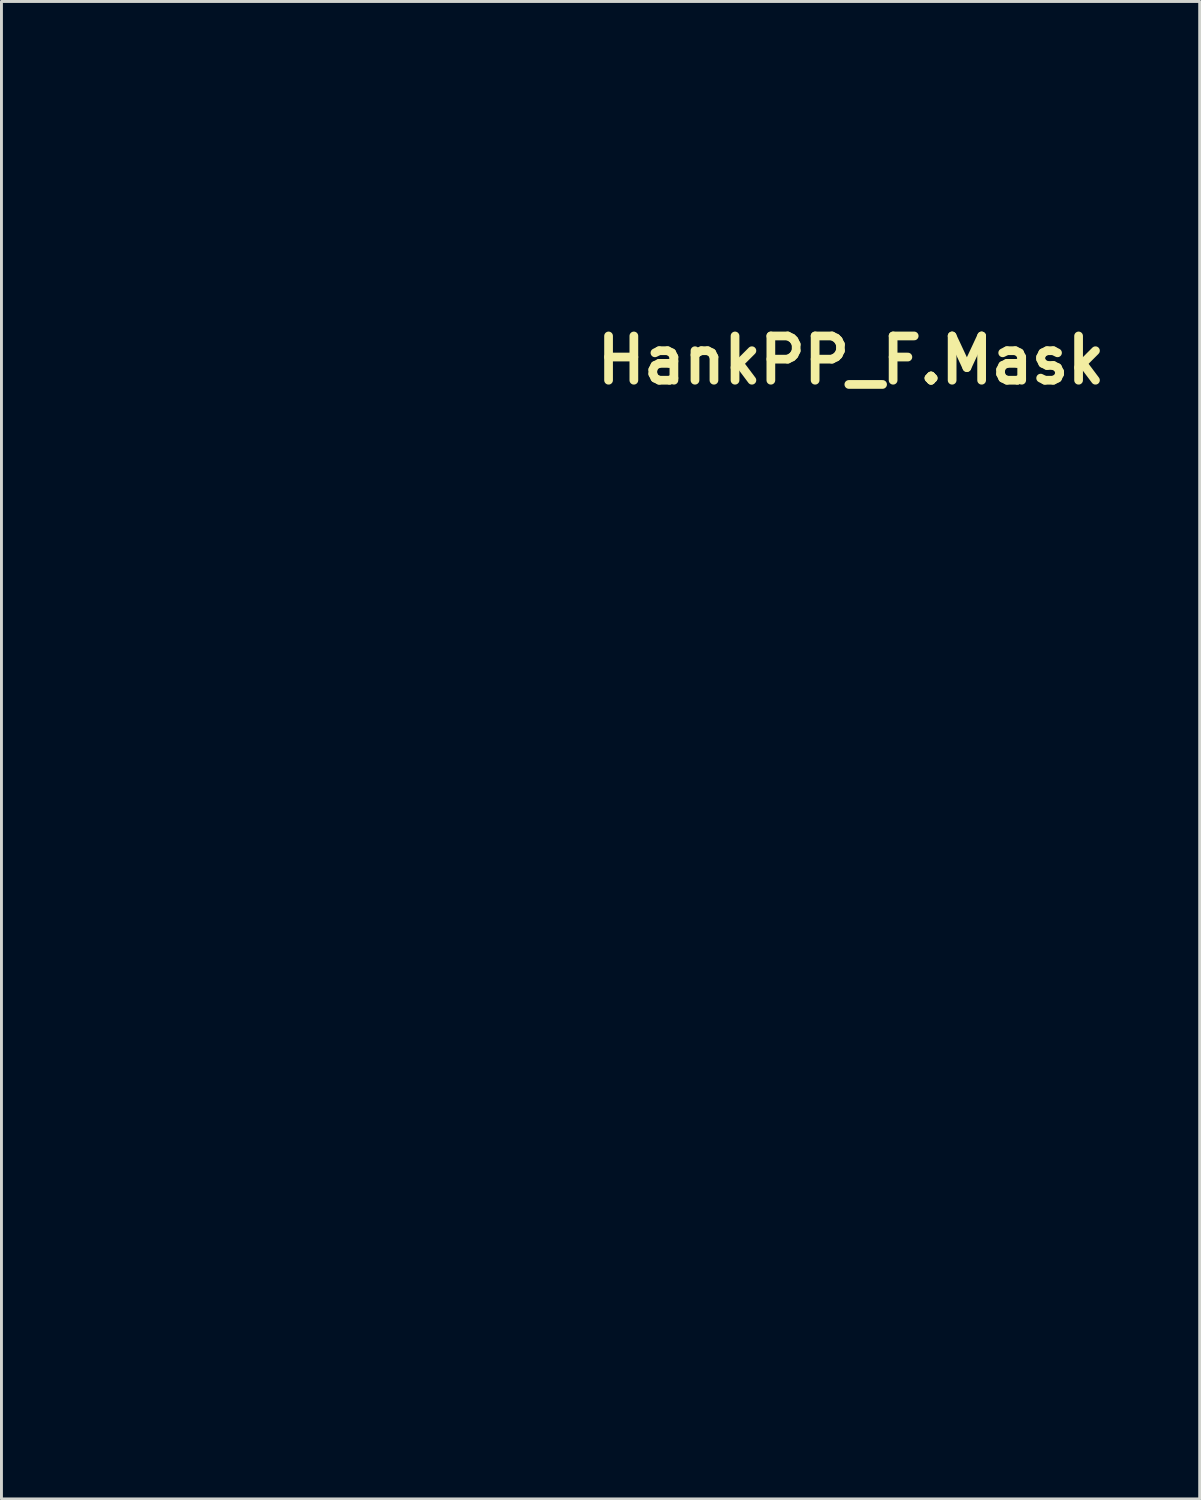
<source format=kicad_pcb>
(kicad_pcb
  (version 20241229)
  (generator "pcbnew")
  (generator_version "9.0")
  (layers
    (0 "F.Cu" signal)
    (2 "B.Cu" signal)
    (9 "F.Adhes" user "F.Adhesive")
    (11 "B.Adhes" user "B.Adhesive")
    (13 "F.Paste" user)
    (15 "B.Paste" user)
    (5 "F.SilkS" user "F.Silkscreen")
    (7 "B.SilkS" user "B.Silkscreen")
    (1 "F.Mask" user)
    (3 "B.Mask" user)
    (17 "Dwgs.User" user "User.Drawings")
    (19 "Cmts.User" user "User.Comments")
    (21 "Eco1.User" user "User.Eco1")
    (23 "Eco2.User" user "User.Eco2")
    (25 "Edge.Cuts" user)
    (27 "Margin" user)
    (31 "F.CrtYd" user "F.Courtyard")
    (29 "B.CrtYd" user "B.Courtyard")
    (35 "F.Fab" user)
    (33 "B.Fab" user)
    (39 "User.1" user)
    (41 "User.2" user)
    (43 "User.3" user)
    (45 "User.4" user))
  (footprint "HankPP_F.Mask"
    (layer "F.Cu")
    (at 14.946 22.814)
    (property "Reference" "HankPP_F.Mask" (at 11.303 -13.462 0) (layer "F.SilkS") (effects (font (size 1.524 1.524) (thickness 0.3))))
    (attr board_only exclude_from_pos_files exclude_from_bom)
    (fp_poly (pts (xy 8.928 -4.277) (xy 9.323 -4.074) (xy 9.64 -3.853) (xy 9.723 -3.738) (xy 9.631 -3.597) (xy 9.31 -3.667) (xy 8.979 -3.814) (xy 8.662 -4.035) (xy 8.513 -4.256) (xy 8.607 -4.365) (xy 8.623 -4.366)) (stroke (width 0) (type solid)) (fill yes) (layer "F.Mask"))
    (fp_poly (pts (xy -3.03 -3.891) (xy -3.093 -3.789) (xy -3.419 -3.611) (xy -3.952 -3.463) (xy -4.085 -3.44) (xy -4.565 -3.39) (xy -4.71 -3.451) (xy -4.646 -3.553) (xy -4.32 -3.731) (xy -3.787 -3.88) (xy -3.654 -3.903) (xy -3.174 -3.952)) (stroke (width 0) (type solid)) (fill yes) (layer "F.Mask"))
    (fp_poly (pts (xy 8.663 6.275) (xy 9.427 6.457) (xy 10.143 6.68) (xy 10.486 6.86) (xy 10.477 6.974) (xy 10.099 7.117) (xy 9.623 7.072) (xy 8.946 6.825) (xy 8.751 6.739) (xy 8.199 6.454) (xy 8.012 6.277) (xy 8.173 6.214)) (stroke (width 0) (type solid)) (fill yes) (layer "F.Mask"))
    (fp_poly (pts (xy 5.193 11.883) (xy 5.529 11.945) (xy 5.488 12.049) (xy 5.11 12.178) (xy 4.549 12.254) (xy 3.76 12.275) (xy 2.906 12.244) (xy 2.153 12.164) (xy 1.885 12.112) (xy 1.754 12.039) (xy 2.004 11.977) (xy 2.64 11.924) (xy 3.423 11.887) (xy 4.488 11.863)) (stroke (width 0) (type solid)) (fill yes) (layer "F.Mask"))
    (fp_poly (pts (xy 8.474 -2.528) (xy 8.358 -2.311) (xy 8.329 -2.276) (xy 8.193 -1.999) (xy 8.377 -1.747) (xy 8.454 -1.687) (xy 8.691 -1.482) (xy 8.602 -1.408) (xy 8.285 -1.395) (xy 7.856 -1.481) (xy 7.739 -1.67) (xy 7.844 -2.217) (xy 8.116 -2.539) (xy 8.281 -2.58)) (stroke (width 0) (type solid)) (fill yes) (layer "F.Mask"))
    (fp_poly (pts (xy -3.033 -2.504) (xy -3.051 -2.303) (xy -3.226 -2.158) (xy -3.538 -1.869) (xy -3.457 -1.59) (xy -3.125 -1.395) (xy -2.837 -1.267) (xy -2.902 -1.217) (xy -3.231 -1.203) (xy -3.706 -1.301) (xy -3.903 -1.505) (xy -3.871 -1.816) (xy -3.655 -2.174) (xy -3.362 -2.455) (xy -3.096 -2.54)) (stroke (width 0) (type solid)) (fill yes) (layer "F.Mask"))
    (fp_poly (pts (xy 2.89 21.116) (xy 3.062 21.19) (xy 3.424 21.401) (xy 3.459 21.602) (xy 3.369 21.734) (xy 3.036 21.933) (xy 2.55 22.025) (xy 2.054 22.012) (xy 1.689 21.892) (xy 1.587 21.729) (xy 1.752 21.484) (xy 1.968 21.431) (xy 2.323 21.32) (xy 2.43 21.186) (xy 2.568 21.043)) (stroke (width 0) (type solid)) (fill yes) (layer "F.Mask"))
    (fp_poly (pts (xy -9.415 13.382) (xy -9.09 13.753) (xy -8.848 14.099) (xy -8.375 14.753) (xy -7.814 15.45) (xy -7.608 15.686) (xy -7.201 16.18) (xy -7.087 16.429) (xy -7.262 16.422) (xy -7.723 16.147) (xy -7.745 16.132) (xy -8.203 15.774) (xy -8.575 15.357) (xy -8.95 14.765) (xy -9.235 14.238) (xy -9.513 13.633) (xy -9.564 13.345)) (stroke (width 0) (type solid)) (fill yes) (layer "F.Mask"))
    (fp_poly (pts (xy 0.147 3.454) (xy 0.096 3.652) (xy -0.154 4.026) (xy -0.273 4.174) (xy -0.607 4.648) (xy -0.787 5.052) (xy -0.797 5.125) (xy -0.905 5.585) (xy -0.992 5.755) (xy -1.126 5.879) (xy -1.182 5.663) (xy -1.188 5.453) (xy -1.095 5.058) (xy -0.858 4.559) (xy -0.544 4.056) (xy -0.221 3.649) (xy 0.043 3.441)) (stroke (width 0) (type solid)) (fill yes) (layer "F.Mask"))
    (fp_poly (pts (xy -12.765 -0.42) (xy -12.615 -0.283) (xy -12.39 0.179) (xy -12.303 0.936) (xy -12.303 0.99) (xy -12.279 1.627) (xy -12.219 2.129) (xy -12.183 2.266) (xy -12.173 2.531) (xy -12.261 2.58) (xy -12.494 2.421) (xy -12.58 2.266) (xy -12.656 1.874) (xy -12.698 1.289) (xy -12.7 1.119) (xy -12.773 0.477) (xy -12.955 -0.065) (xy -13.009 -0.154) (xy -13.168 -0.49) (xy -13.064 -0.586)) (stroke (width 0) (type solid)) (fill yes) (layer "F.Mask"))
    (fp_poly (pts (xy -2.778 6.718) (xy -2.94 7.021) (xy -3.347 7.388) (xy -3.878 7.729) (xy -4.382 7.942) (xy -4.824 8.061) (xy -5.162 8.102) (xy -5.549 8.063) (xy -6.138 7.941) (xy -6.3 7.905) (xy -6.899 7.731) (xy -7.12 7.581) (xy -6.984 7.475) (xy -6.509 7.436) (xy -5.904 7.467) (xy -5.14 7.507) (xy -4.58 7.44) (xy -4.035 7.231) (xy -3.721 7.068) (xy -3.204 6.815) (xy -2.861 6.698)) (stroke (width 0) (type solid)) (fill yes) (layer "F.Mask"))
    (fp_poly (pts (xy 5.532 2.715) (xy 5.934 3.07) (xy 6.422 3.563) (xy 6.954 4.181) (xy 7.239 4.662) (xy 7.339 5.12) (xy 7.342 5.238) (xy 7.29 5.736) (xy 7.163 6.037) (xy 7.144 6.052) (xy 7.001 5.977) (xy 6.945 5.598) (xy 6.809 5.041) (xy 6.444 4.37) (xy 6.3 4.168) (xy 5.758 3.448) (xy 5.421 2.987) (xy 5.253 2.726) (xy 5.218 2.61) (xy 5.28 2.58) (xy 5.306 2.58)) (stroke (width 0) (type solid)) (fill yes) (layer "F.Mask"))
    (fp_poly (pts (xy 2.861 -8.632) (xy 3.87 -8.317) (xy 4.862 -7.933) (xy 4.068 -8.048) (xy 3.057 -8.19) (xy 2.343 -8.271) (xy 1.83 -8.283) (xy 1.421 -8.222) (xy 1.02 -8.081) (xy 0.531 -7.855) (xy 0.466 -7.823) (xy -0.37 -7.424) (xy -0.912 -7.173) (xy -1.221 -7.047) (xy -1.36 -7.018) (xy -1.389 -7.055) (xy -1.235 -7.202) (xy -0.828 -7.499) (xy -0.252 -7.887) (xy -0.168 -7.942) (xy 0.867 -8.491) (xy 1.838 -8.718)) (stroke (width 0) (type solid)) (fill yes) (layer "F.Mask"))
    (fp_poly (pts (xy 2.026 -10.938) (xy 2.621 -10.839) (xy 2.903 -10.742) (xy 3.012 -10.633) (xy 2.831 -10.589) (xy 2.321 -10.605) (xy 1.885 -10.638) (xy 1.111 -10.684) (xy 0.559 -10.646) (xy 0.056 -10.489) (xy -0.568 -10.178) (xy -0.641 -10.139) (xy -1.339 -9.77) (xy -1.752 -9.583) (xy -1.94 -9.559) (xy -1.961 -9.682) (xy -1.936 -9.769) (xy -1.725 -9.99) (xy -1.271 -10.298) (xy -0.883 -10.513) (xy -0.117 -10.837) (xy 0.649 -10.975) (xy 1.31 -10.987)) (stroke (width 0) (type solid)) (fill yes) (layer "F.Mask"))
    (fp_poly (pts (xy 5.884 4.994) (xy 5.853 5.061) (xy 5.635 5.155) (xy 5.215 5.436) (xy 4.841 5.834) (xy 4.326 6.293) (xy 3.654 6.45) (xy 2.783 6.309) (xy 2.084 6.056) (xy 1.43 5.798) (xy 0.906 5.618) (xy 0.645 5.557) (xy 0.414 5.431) (xy 0.397 5.358) (xy 0.56 5.19) (xy 0.982 5.175) (xy 1.559 5.302) (xy 2.183 5.556) (xy 3.107 5.899) (xy 3.869 5.89) (xy 4.492 5.53) (xy 4.564 5.457) (xy 5.08 5.085) (xy 5.541 4.974)) (stroke (width 0) (type solid)) (fill yes) (layer "F.Mask"))
    (fp_poly (pts (xy 7.475 17.727) (xy 7.418 17.906) (xy 7.103 18.18) (xy 6.63 18.479) (xy 6.1 18.731) (xy 6.016 18.763) (xy 5.373 18.901) (xy 4.446 18.987) (xy 3.345 19.02) (xy 2.18 19.001) (xy 1.059 18.93) (xy 0.092 18.808) (xy -0.293 18.73) (xy -0.865 18.568) (xy -1.353 18.39) (xy -1.699 18.228) (xy -1.842 18.115) (xy -1.722 18.083) (xy -1.389 18.139) (xy -0.992 18.201) (xy -0.304 18.283) (xy 0.568 18.373) (xy 1.301 18.441) (xy 2.958 18.524) (xy 4.456 18.476) (xy 5.725 18.303) (xy 6.694 18.011) (xy 6.818 17.953) (xy 7.235 17.772) (xy 7.467 17.723)) (stroke (width 0) (type solid)) (fill yes) (layer "F.Mask"))
    (fp_poly (pts (xy 6.723 10.021) (xy 7.39 10.14) (xy 7.808 10.323) (xy 7.836 10.348) (xy 7.822 10.456) (xy 7.483 10.483) (xy 6.787 10.434) (xy 6.714 10.426) (xy 5.887 10.371) (xy 5.302 10.421) (xy 4.818 10.589) (xy 4.742 10.627) (xy 4.349 10.8) (xy 3.962 10.865) (xy 3.448 10.829) (xy 2.72 10.705) (xy 1.783 10.566) (xy 1.01 10.56) (xy 0.216 10.68) (xy -0.589 10.836) (xy -1.078 10.901) (xy -1.322 10.877) (xy -1.389 10.769) (xy -1.389 10.765) (xy -1.211 10.65) (xy -0.74 10.483) (xy -0.073 10.297) (xy 0.05 10.266) (xy 0.89 10.084) (xy 1.526 10.019) (xy 2.13 10.065) (xy 2.612 10.155) (xy 3.387 10.282) (xy 3.983 10.269) (xy 4.537 10.129) (xy 5.167 10.007) (xy 5.939 9.973)) (stroke (width 0) (type solid)) (fill yes) (layer "F.Mask"))
    (fp_poly (pts (xy -1.587 -3.589) (xy -1.739 -3.339) (xy -1.935 -3.191) (xy -2.161 -3.034) (xy -2.018 -2.986) (xy -1.875 -2.983) (xy -1.334 -2.813) (xy -1.039 -2.344) (xy -0.992 -1.953) (xy -1.174 -1.329) (xy -1.659 -0.792) (xy -2.358 -0.372) (xy -3.182 -0.099) (xy -4.04 -0.004) (xy -4.845 -0.119) (xy -5.449 -0.426) (xy -5.819 -0.796) (xy -5.908 -1.19) (xy -5.869 -1.461) (xy -5.854 -1.497) (xy -5.159 -1.497) (xy -5 -0.978) (xy -4.56 -0.673) (xy -3.902 -0.594) (xy -3.086 -0.749) (xy -2.374 -1.042) (xy -1.702 -1.477) (xy -1.409 -1.903) (xy -1.497 -2.298) (xy -1.97 -2.642) (xy -2.067 -2.685) (xy -2.821 -2.856) (xy -3.603 -2.802) (xy -4.315 -2.562) (xy -4.86 -2.172) (xy -5.141 -1.669) (xy -5.159 -1.497) (xy -5.854 -1.497) (xy -5.53 -2.288) (xy -4.886 -2.87) (xy -3.93 -3.213) (xy -3.501 -3.28) (xy -2.793 -3.383) (xy -2.209 -3.508) (xy -1.935 -3.602) (xy -1.642 -3.678)) (stroke (width 0) (type solid)) (fill yes) (layer "F.Mask"))
    (fp_poly (pts (xy 7.524 -3.655) (xy 7.882 -3.543) (xy 8.48 -3.389) (xy 9.004 -3.269) (xy 9.699 -3.071) (xy 10.274 -2.824) (xy 10.529 -2.649) (xy 10.961 -2.001) (xy 11.033 -1.369) (xy 10.782 -0.818) (xy 10.24 -0.41) (xy 9.444 -0.21) (xy 9.187 -0.199) (xy 8.322 -0.302) (xy 7.631 -0.568) (xy 7.096 -0.993) (xy 6.669 -1.484) (xy 6.515 -1.748) (xy 6.79 -1.748) (xy 7.016 -1.409) (xy 7.098 -1.331) (xy 7.769 -0.903) (xy 8.559 -0.66) (xy 9.339 -0.62) (xy 9.98 -0.8) (xy 10.154 -0.924) (xy 10.488 -1.406) (xy 10.443 -1.879) (xy 10.038 -2.318) (xy 9.293 -2.699) (xy 8.705 -2.884) (xy 8.093 -3.036) (xy 7.732 -3.062) (xy 7.486 -2.94) (xy 7.223 -2.647) (xy 7.203 -2.624) (xy 6.849 -2.115) (xy 6.79 -1.748) (xy 6.515 -1.748) (xy 6.449 -1.86) (xy 6.439 -2.136) (xy 6.652 -2.492) (xy 6.76 -2.64) (xy 7.055 -3.105) (xy 7.205 -3.472) (xy 7.21 -3.518) (xy 7.34 -3.693)) (stroke (width 0) (type solid)) (fill yes) (layer "F.Mask"))
    (fp_poly (pts (xy -2.907 -19.984) (xy -2.901 -19.981) (xy -2.625 -19.865) (xy -2.268 -19.785) (xy -1.77 -19.735) (xy -1.068 -19.713) (xy -0.103 -19.715) (xy 1.188 -19.738) (xy 1.439 -19.744) (xy 2.635 -19.781) (xy 3.711 -19.832) (xy 4.597 -19.893) (xy 5.223 -19.958) (xy 5.518 -20.022) (xy 5.954 -20.114) (xy 6.302 -19.85) (xy 6.536 -19.38) (xy 6.666 -18.785) (xy 6.733 -17.943) (xy 6.732 -16.996) (xy 6.659 -16.091) (xy 6.628 -15.875) (xy 6.513 -15.18) (xy 1.643 -15.18) (xy -0.006 -15.186) (xy -1.296 -15.205) (xy -2.263 -15.237) (xy -2.944 -15.287) (xy -3.378 -15.354) (xy -3.592 -15.436) (xy -3.957 -15.887) (xy -4.249 -16.611) (xy -4.446 -17.485) (xy -4.5 -18.105) (xy -3.966 -18.105) (xy -3.908 -17.136) (xy -3.736 -16.506) (xy -3.455 -16.233) (xy -3.149 -16.286) (xy -2.705 -16.419) (xy -2.174 -16.47) (xy -1.765 -16.493) (xy -1.616 -16.64) (xy -1.648 -17.027) (xy -1.68 -17.198) (xy -1.792 -17.501) (xy 0.249 -17.501) (xy 0.391 -17.38) (xy 0.481 -17.343) (xy 0.864 -17.3) (xy 1.496 -17.332) (xy 2.221 -17.428) (xy 3.158 -17.583) (xy 3.773 -17.652) (xy 4.133 -17.614) (xy 4.307 -17.45) (xy 4.363 -17.141) (xy 4.369 -16.818) (xy 4.414 -16.111) (xy 4.589 -15.705) (xy 4.959 -15.507) (xy 5.36 -15.445) (xy 5.813 -15.455) (xy 6.111 -15.627) (xy 6.276 -16.018) (xy 6.332 -16.685) (xy 6.303 -17.685) (xy 6.301 -17.718) (xy 6.239 -18.468) (xy 6.151 -19.06) (xy 6.055 -19.384) (xy 6.035 -19.408) (xy 5.774 -19.458) (xy 5.205 -19.481) (xy 4.418 -19.476) (xy 3.673 -19.45) (xy 2.707 -19.398) (xy 2.068 -19.339) (xy 1.687 -19.259) (xy 1.495 -19.144) (xy 1.422 -18.981) (xy 1.236 -18.623) (xy 0.859 -18.179) (xy 0.726 -18.053) (xy 0.35 -17.695) (xy 0.249 -17.501) (xy -1.792 -17.501) (xy -1.904 -17.805) (xy -2.264 -18.277) (xy -2.284 -18.293) (xy -2.648 -18.7) (xy -2.814 -19.083) (xy -3.023 -19.531) (xy -3.23 -19.724) (xy -3.568 -19.814) (xy -3.797 -19.577) (xy -3.926 -18.993) (xy -3.966 -18.105) (xy -4.5 -18.105) (xy -4.525 -18.388) (xy -4.463 -19.199) (xy -4.369 -19.538) (xy -4.038 -20.046) (xy -3.557 -20.192)) (stroke (width 0) (type solid)) (fill yes) (layer "F.Mask"))
    (fp_poly (pts (xy 2.315 -22.783) (xy 3.922 -22.695) (xy 5.196 -22.541) (xy 6.169 -22.316) (xy 6.871 -22.012) (xy 7.332 -21.622) (xy 7.584 -21.138) (xy 7.587 -21.13) (xy 7.641 -20.759) (xy 7.694 -20.059) (xy 7.744 -19.099) (xy 7.786 -17.949) (xy 7.816 -16.676) (xy 7.823 -16.292) (xy 7.887 -12.047) (xy 9.694 -11.133) (xy 11.219 -10.289) (xy 12.394 -9.45) (xy 13.263 -8.562) (xy 13.868 -7.567) (xy 14.252 -6.409) (xy 14.457 -5.031) (xy 14.476 -4.784) (xy 14.582 -3.683) (xy 14.731 -2.905) (xy 14.938 -2.38) (xy 14.987 -2.301) (xy 15.265 -1.572) (xy 15.336 -0.627) (xy 15.201 0.409) (xy 14.959 1.191) (xy 14.852 1.498) (xy 14.768 1.854) (xy 14.704 2.312) (xy 14.658 2.919) (xy 14.627 3.728) (xy 14.607 4.789) (xy 14.597 6.151) (xy 14.593 7.64) (xy 14.584 9.528) (xy 14.557 11.068) (xy 14.503 12.309) (xy 14.416 13.301) (xy 14.286 14.094) (xy 14.105 14.735) (xy 13.864 15.274) (xy 13.557 15.761) (xy 13.174 16.244) (xy 13.149 16.273) (xy 12.7 16.727) (xy 12.096 17.248) (xy 11.428 17.768) (xy 10.785 18.22) (xy 10.258 18.537) (xy 9.943 18.653) (xy 9.826 18.833) (xy 9.729 19.299) (xy 9.684 19.794) (xy 9.624 20.935) (xy 8.531 21.368) (xy 6.561 21.987) (xy 4.249 22.421) (xy 1.605 22.669) (xy 0.298 22.719) (xy -0.822 22.739) (xy -1.834 22.745) (xy -2.657 22.738) (xy -3.21 22.718) (xy -3.373 22.701) (xy -4.536 22.462) (xy -5.648 22.186) (xy -6.603 21.905) (xy -7.29 21.647) (xy -7.373 21.607) (xy -8.096 21.124) (xy -8.638 20.53) (xy -8.912 19.926) (xy -8.92 19.845) (xy -8.334 19.845) (xy -8.143 20.412) (xy -7.594 20.933) (xy -6.728 21.373) (xy -6.544 21.44) (xy -5.952 21.643) (xy -5.537 21.782) (xy -5.407 21.822) (xy -5.374 21.652) (xy -5.358 21.23) (xy -5.358 21.207) (xy -5.159 21.207) (xy -5.133 21.544) (xy -4.992 21.75) (xy -4.643 21.889) (xy -4.018 22.025) (xy -3.367 22.159) (xy -2.871 22.27) (xy -2.679 22.321) (xy -2.224 22.395) (xy -1.465 22.425) (xy -0.493 22.415) (xy 0.603 22.369) (xy 1.732 22.29) (xy 2.804 22.183) (xy 3.728 22.052) (xy 3.837 22.033) (xy 5.354 21.734) (xy 6.558 21.448) (xy 7.53 21.152) (xy 8.351 20.822) (xy 8.7 20.653) (xy 9.224 20.342) (xy 9.467 20.038) (xy 9.525 19.641) (xy 9.503 19.225) (xy 9.451 19.05) (xy 9.45 19.05) (xy 9.244 19.124) (xy 8.784 19.315) (xy 8.309 19.521) (xy 6.969 20.046) (xy 5.602 20.433) (xy 4.119 20.696) (xy 2.433 20.852) (xy 0.456 20.914) (xy 0.198 20.916) (xy -1.013 20.913) (xy -2.157 20.893) (xy -3.144 20.859) (xy -3.887 20.812) (xy -4.217 20.774) (xy -5.159 20.613) (xy -5.159 21.207) (xy -5.358 21.207) (xy -5.358 21.167) (xy -5.375 20.832) (xy -5.48 20.6) (xy -5.749 20.411) (xy -6.259 20.203) (xy -6.846 20) (xy -7.588 19.755) (xy -8.033 19.637) (xy -8.255 19.64) (xy -8.329 19.754) (xy -8.334 19.845) (xy -8.92 19.845) (xy -8.93 19.753) (xy -9.032 19.437) (xy -9.387 19.143) (xy -9.928 18.868) (xy -11.04 18.193) (xy -12.106 17.233) (xy -13.018 16.097) (xy -13.465 15.337) (xy -13.695 14.852) (xy -13.892 14.352) (xy -14.062 13.801) (xy -14.205 13.168) (xy -14.326 12.416) (xy -14.428 11.513) (xy -14.514 10.423) (xy -14.586 9.114) (xy -14.648 7.55) (xy -14.703 5.699) (xy -14.754 3.525) (xy -14.805 0.994) (xy -14.814 0.469) (xy -14.827 -0.201) (xy -14.255 -0.201) (xy -14.099 0.85) (xy -13.705 2.176) (xy -13.502 2.725) (xy -13.063 3.757) (xy -12.662 4.441) (xy -12.263 4.819) (xy -11.828 4.935) (xy -11.614 4.913) (xy -11.277 4.879) (xy -11.266 4.997) (xy -11.334 5.087) (xy -11.774 5.371) (xy -12.299 5.28) (xy -12.889 4.826) (xy -13.528 4.016) (xy -13.687 3.77) (xy -14.12 3.076) (xy -14.02 7.739) (xy -13.975 9.489) (xy -13.914 10.9) (xy -13.829 12.031) (xy -13.712 12.94) (xy -13.552 13.685) (xy -13.34 14.324) (xy -13.068 14.916) (xy -12.83 15.343) (xy -12.161 16.254) (xy -11.27 17.159) (xy -10.303 17.917) (xy -9.779 18.228) (xy -8.318 18.829) (xy -6.552 19.319) (xy -4.561 19.687) (xy -2.422 19.924) (xy -0.214 20.021) (xy 1.983 19.967) (xy 3.381 19.845) (xy 5.785 19.451) (xy 7.935 18.858) (xy 9.808 18.076) (xy 11.381 17.117) (xy 12.631 15.993) (xy 13.535 14.716) (xy 13.633 14.526) (xy 14.188 13.395) (xy 14.125 5.358) (xy 14.109 3.362) (xy 14.094 1.726) (xy 14.077 0.412) (xy 14.057 -0.618) (xy 14.05 -0.831) (xy 14.723 -0.831) (xy 14.723 -0.794) (xy 14.729 -0.047) (xy 14.745 0.334) (xy 14.781 0.38) (xy 14.849 0.123) (xy 14.926 -0.238) (xy 15.017 -1.223) (xy 14.918 -1.727) (xy 14.817 -1.949) (xy 14.756 -1.901) (xy 14.728 -1.543) (xy 14.723 -0.831) (xy 14.05 -0.831) (xy 14.031 -1.402) (xy 13.996 -1.976) (xy 13.951 -2.379) (xy 13.894 -2.648) (xy 13.822 -2.82) (xy 13.733 -2.934) (xy 13.629 -3.022) (xy 13.262 -3.276) (xy 13.047 -3.369) (xy 12.984 -3.187) (xy 12.934 -2.693) (xy 12.904 -1.974) (xy 12.898 -1.469) (xy 12.893 -0.583) (xy 12.862 0.003) (xy 12.78 0.386) (xy 12.625 0.661) (xy 12.373 0.927) (xy 12.296 0.999) (xy 11.696 1.463) (xy 11.007 1.782) (xy 10.147 1.977) (xy 9.032 2.069) (xy 8.136 2.084) (xy 7.101 2.068) (xy 6.35 2.012) (xy 5.771 1.899) (xy 5.252 1.712) (xy 5.124 1.654) (xy 4.469 1.283) (xy 4.021 0.831) (xy 3.746 0.218) (xy 3.658 -0.327) (xy 4.155 -0.327) (xy 4.769 0.233) (xy 5.18 0.584) (xy 5.47 0.785) (xy 5.519 0.803) (xy 5.774 0.857) (xy 6.277 0.986) (xy 6.648 1.087) (xy 7.849 1.329) (xy 8.944 1.322) (xy 10.117 1.06) (xy 10.375 0.978) (xy 11.061 0.742) (xy 11.549 0.521) (xy 11.874 0.245) (xy 12.069 -0.154) (xy 12.166 -0.744) (xy 12.2 -1.594) (xy 12.204 -2.769) (xy 12.197 -3.77) (xy 12.179 -4.618) (xy 12.151 -5.24) (xy 12.117 -5.562) (xy 12.105 -5.589) (xy 11.885 -5.605) (xy 11.33 -5.609) (xy 10.503 -5.603) (xy 9.467 -5.586) (xy 8.282 -5.56) (xy 8.136 -5.556) (xy 4.266 -5.457) (xy 4.211 -2.892) (xy 4.155 -0.327) (xy 3.658 -0.327) (xy 3.609 -0.632) (xy 3.572 -1.753) (xy 3.568 -2.596) (xy 3.54 -3.122) (xy 3.465 -3.414) (xy 3.322 -3.553) (xy 3.088 -3.618) (xy 3.051 -3.625) (xy 2.489 -3.641) (xy 1.864 -3.541) (xy 1.86 -3.54) (xy 1.191 -3.355) (xy 1.191 -1.395) (xy 1.183 -0.478) (xy 1.146 0.141) (xy 1.061 0.559) (xy 0.908 0.874) (xy 0.689 1.161) (xy -0.045 1.747) (xy -1.102 2.167) (xy -2.438 2.409) (xy -3.473 2.465) (xy -5.089 2.373) (xy -6.39 2.063) (xy -7.366 1.537) (xy -7.55 1.38) (xy -7.821 1.109) (xy -7.993 0.844) (xy -8.087 0.491) (xy -8.127 -0.047) (xy -8.136 -0.866) (xy -8.136 -1.072) (xy -8.143 -1.38) (xy -7.513 -1.38) (xy -7.492 -0.487) (xy -7.408 0.148) (xy -7.238 0.592) (xy -6.955 0.915) (xy -6.536 1.186) (xy -6.052 1.427) (xy -5.605 1.608) (xy -5.134 1.708) (xy -4.526 1.737) (xy -3.669 1.706) (xy -3.376 1.689) (xy -2.394 1.61) (xy -1.68 1.494) (xy -1.104 1.312) (xy -0.538 1.033) (xy -0.499 1.011) (xy 0.496 0.449) (xy 0.551 -2.236) (xy 0.567 -3.354) (xy 0.557 -4.143) (xy 0.516 -4.67) (xy 0.437 -5.004) (xy 0.315 -5.211) (xy 0.285 -5.243) (xy 0.123 -5.357) (xy -0.135 -5.439) (xy -0.547 -5.492) (xy -1.168 -5.521) (xy -2.055 -5.528) (xy -3.264 -5.517) (xy -3.739 -5.511) (xy -7.441 -5.457) (xy -7.497 -2.602) (xy -7.513 -1.38) (xy -8.143 -1.38) (xy -8.157 -2.03) (xy -8.218 -2.672) (xy -8.314 -2.963) (xy -8.345 -2.977) (xy -8.587 -2.865) (xy -9.063 -2.566) (xy -9.688 -2.133) (xy -10.035 -1.882) (xy -10.733 -1.353) (xy -11.161 -0.983) (xy -11.374 -0.704) (xy -11.428 -0.45) (xy -11.399 -0.244) (xy -11.283 0.298) (xy -11.644 -0.14) (xy -12.04 -0.644) (xy -12.362 -1.082) (xy -12.855 -1.504) (xy -13.298 -1.587) (xy -13.854 -1.43) (xy -14.173 -0.964) (xy -14.255 -0.201) (xy -14.827 -0.201) (xy -14.859 -1.953) (xy -14.486 -1.953) (xy -13.94 -2.061) (xy -13.365 -2.055) (xy -12.799 -1.895) (xy -12.371 -1.702) (xy -12.132 -1.605) (xy -12.125 -1.604) (xy -11.94 -1.708) (xy -11.549 -1.993) (xy -11.232 -2.243) (xy -10.553 -2.755) (xy -9.782 -3.287) (xy -9.478 -3.482) (xy -8.861 -3.901) (xy -8.502 -4.274) (xy -8.301 -4.733) (xy -8.206 -5.159) (xy -8.064 -5.614) (xy -7.926 -5.844) (xy -7.679 -5.904) (xy -7.097 -5.965) (xy -6.242 -6.022) (xy -5.176 -6.071) (xy -3.959 -6.108) (xy -3.6 -6.116) (xy 0.539 -6.2) (xy 0.865 -5.735) (xy 1.112 -5.216) (xy 1.191 -4.796) (xy 1.259 -4.457) (xy 1.497 -4.441) (xy 1.505 -4.444) (xy 1.891 -4.519) (xy 2.481 -4.561) (xy 2.695 -4.564) (xy 3.238 -4.583) (xy 3.493 -4.686) (xy 3.568 -4.945) (xy 3.572 -5.135) (xy 3.652 -5.62) (xy 3.82 -5.908) (xy 4.104 -5.983) (xy 4.706 -6.043) (xy 5.554 -6.088) (xy 6.577 -6.117) (xy 7.706 -6.131) (xy 8.869 -6.131) (xy 9.997 -6.115) (xy 11.017 -6.085) (xy 11.86 -6.04) (xy 12.455 -5.98) (xy 12.732 -5.905) (xy 12.739 -5.897) (xy 12.858 -5.523) (xy 12.895 -5.133) (xy 13.054 -4.677) (xy 13.427 -4.245) (xy 13.871 -3.989) (xy 14.01 -3.969) (xy 14.064 -4.149) (xy 14.075 -4.618) (xy 14.043 -5.221) (xy 13.815 -6.586) (xy 13.346 -7.759) (xy 12.603 -8.777) (xy 11.553 -9.678) (xy 10.163 -10.499) (xy 8.946 -11.058) (xy 8.298 -11.328) (xy 7.937 -11.46) (xy 7.778 -11.463) (xy 7.739 -11.346) (xy 7.739 -11.2) (xy 7.703 -11.002) (xy 7.525 -11.049) (xy 7.298 -11.2) (xy 6.816 -11.414) (xy 6.255 -11.5) (xy 5.764 -11.453) (xy 5.492 -11.268) (xy 5.489 -11.261) (xy 5.402 -11.192) (xy 5.373 -11.361) (xy 5.473 -11.654) (xy 5.599 -11.708) (xy 5.68 -11.813) (xy 5.499 -12.049) (xy 5.032 -12.296) (xy 4.303 -12.445) (xy 3.433 -12.493) (xy 2.548 -12.436) (xy 1.768 -12.269) (xy 1.528 -12.178) (xy 0.724 -11.932) (xy -0.234 -11.81) (xy -1.21 -11.811) (xy -2.07 -11.937) (xy -2.65 -12.167) (xy -2.973 -12.347) (xy -3.31 -12.428) (xy -3.779 -12.415) (xy -4.497 -12.317) (xy -4.677 -12.288) (xy -5.507 -12.114) (xy -6.184 -11.897) (xy -6.57 -11.689) (xy -7.056 -11.372) (xy -7.65 -11.109) (xy -7.66 -11.106) (xy -8.107 -10.887) (xy -8.329 -10.639) (xy -8.334 -10.601) (xy -8.447 -10.347) (xy -8.533 -10.319) (xy -8.709 -10.479) (xy -8.731 -10.616) (xy -8.742 -10.797) (xy -8.818 -10.873) (xy -9.021 -10.826) (xy -9.417 -10.634) (xy -10.068 -10.278) (xy -10.439 -10.071) (xy -11.903 -9.169) (xy -13.017 -8.287) (xy -13.822 -7.39) (xy -14.006 -7.119) (xy -14.22 -6.743) (xy -14.359 -6.363) (xy -14.439 -5.883) (xy -14.476 -5.207) (xy -14.486 -4.237) (xy -14.486 -4.155) (xy -14.486 -1.953) (xy -14.859 -1.953) (xy -14.946 -6.703) (xy -14.414 -7.611) (xy -14.004 -8.219) (xy -13.498 -8.76) (xy -12.833 -9.288) (xy -11.94 -9.852) (xy -10.756 -10.504) (xy -10.538 -10.619) (xy -8.632 -11.613) (xy -8.632 -16.114) (xy -8.334 -16.114) (xy -8.272 -15.198) (xy -8.092 -14.58) (xy -7.809 -14.3) (xy -7.721 -14.287) (xy -7.333 -14.447) (xy -7.179 -14.635) (xy -7.001 -15.105) (xy -6.88 -15.645) (xy -6.839 -16.107) (xy -6.902 -16.34) (xy -7.179 -16.436) (xy -7.658 -16.555) (xy -7.689 -16.562) (xy -8.128 -16.628) (xy -8.303 -16.51) (xy -8.334 -16.123) (xy -8.334 -16.114) (xy -8.632 -16.114) (xy -8.632 -17.876) (xy -8.136 -17.876) (xy -8.078 -17.346) (xy -7.931 -17.027) (xy -7.888 -16.999) (xy -7.343 -16.887) (xy -6.938 -17.001) (xy -6.826 -17.147) (xy -6.833 -17.565) (xy -7.049 -18.057) (xy -7.379 -18.47) (xy -7.73 -18.653) (xy -7.744 -18.653) (xy -8.003 -18.583) (xy -8.116 -18.304) (xy -8.136 -17.876) (xy -8.632 -17.876) (xy -8.632 -20.225) (xy -8.334 -20.225) (xy -8.317 -19.641) (xy -8.232 -19.352) (xy -8.028 -19.256) (xy -7.853 -19.248) (xy -7.356 -19.082) (xy -6.96 -18.726) (xy -6.755 -18.402) (xy -6.63 -18.004) (xy -6.567 -17.427) (xy -6.549 -16.571) (xy -6.548 -16.435) (xy -6.558 -15.57) (xy -6.601 -15.002) (xy -6.7 -14.629) (xy -6.876 -14.35) (xy -7.036 -14.179) (xy -7.451 -13.847) (xy -7.806 -13.693) (xy -7.829 -13.692) (xy -8.042 -13.569) (xy -8.13 -13.153) (xy -8.136 -12.915) (xy -8.083 -12.088) (xy -7.929 -11.634) (xy -7.68 -11.558) (xy -7.342 -11.864) (xy -7.113 -12.211) (xy -7.014 -12.339) (xy -6.35 -12.339) (xy -6.284 -12.163) (xy -6.079 -12.281) (xy -5.77 -12.421) (xy -5.177 -12.602) (xy -4.41 -12.792) (xy -4.088 -12.862) (xy -3.204 -13.067) (xy -2.695 -13.239) (xy -2.566 -13.371) (xy -2.821 -13.457) (xy -3.463 -13.493) (xy -3.6 -13.494) (xy -4.287 -13.419) (xy -5.012 -13.223) (xy -5.667 -12.951) (xy -6.148 -12.648) (xy -6.349 -12.357) (xy -6.35 -12.339) (xy -7.014 -12.339) (xy -6.694 -12.75) (xy -6.198 -13.168) (xy -6.118 -13.213) (xy -5.483 -13.429) (xy -4.652 -13.585) (xy 1.587 -13.585) (xy 1.702 -13.364) (xy 1.836 -13.195) (xy 2.107 -13.071) (xy 2.607 -12.976) (xy 3.23 -12.915) (xy 3.873 -12.892) (xy 4.429 -12.911) (xy 4.795 -12.976) (xy 4.872 -13.081) (xy 4.617 -13.238) (xy 4.112 -13.394) (xy 3.464 -13.532) (xy 2.781 -13.635) (xy 2.169 -13.687) (xy 1.736 -13.672) (xy 1.587 -13.585) (xy -4.652 -13.585) (xy -4.495 -13.614) (xy -3.194 -13.764) (xy -1.624 -13.874) (xy 0.174 -13.94) (xy 0.794 -13.951) (xy 1.942 -13.962) (xy 2.776 -13.952) (xy 3.378 -13.912) (xy 3.831 -13.834) (xy 4.218 -13.707) (xy 4.613 -13.526) (xy 5.231 -13.143) (xy 5.736 -12.695) (xy 5.896 -12.484) (xy 6.297 -12.032) (xy 6.778 -11.906) (xy 7.118 -11.948) (xy 7.305 -12.142) (xy 7.42 -12.595) (xy 7.451 -12.797) (xy 7.5 -13.37) (xy 7.525 -14.216) (xy 7.528 -15.254) (xy 7.512 -16.407) (xy 7.479 -17.595) (xy 7.432 -18.74) (xy 7.372 -19.762) (xy 7.304 -20.582) (xy 7.228 -21.122) (xy 7.19 -21.258) (xy 6.987 -21.585) (xy 6.646 -21.841) (xy 6.114 -22.045) (xy 5.337 -22.21) (xy 4.26 -22.353) (xy 3.112 -22.466) (xy 0.574 -22.577) (xy -1.997 -22.476) (xy -4.483 -22.173) (xy -6.766 -21.679) (xy -7.392 -21.496) (xy -8.334 -21.201) (xy -8.334 -20.225) (xy -8.632 -20.225) (xy -8.632 -21.49) (xy -7.541 -21.864) (xy -6.161 -22.235) (xy -4.468 -22.522) (xy -2.539 -22.716) (xy -0.452 -22.808) (xy 0.346 -22.814)) (stroke (width 0) (type solid)) (fill yes) (layer "F.Mask")))
  (gr_rect
    (start -3 -3)
    (end 38.256 48.559)
    (stroke (width 0.1) (type default))
    (fill no)
    (layer "Edge.Cuts")))
</source>
